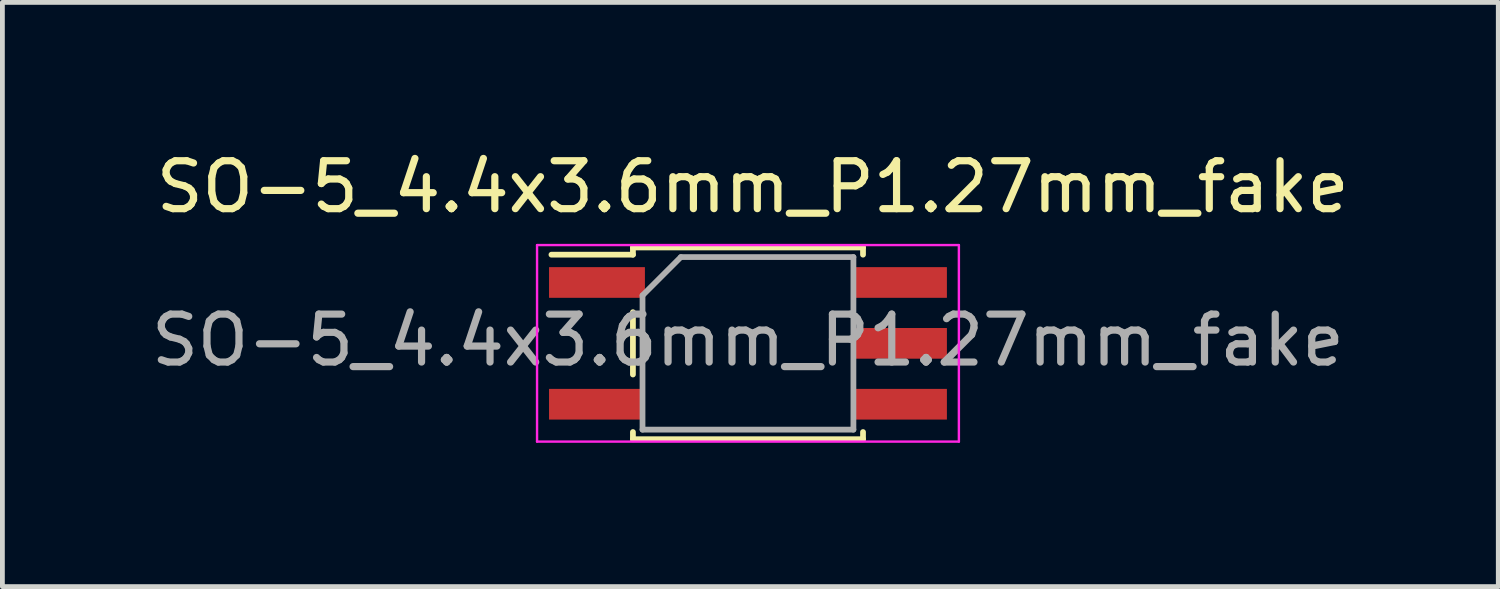
<source format=kicad_pcb>
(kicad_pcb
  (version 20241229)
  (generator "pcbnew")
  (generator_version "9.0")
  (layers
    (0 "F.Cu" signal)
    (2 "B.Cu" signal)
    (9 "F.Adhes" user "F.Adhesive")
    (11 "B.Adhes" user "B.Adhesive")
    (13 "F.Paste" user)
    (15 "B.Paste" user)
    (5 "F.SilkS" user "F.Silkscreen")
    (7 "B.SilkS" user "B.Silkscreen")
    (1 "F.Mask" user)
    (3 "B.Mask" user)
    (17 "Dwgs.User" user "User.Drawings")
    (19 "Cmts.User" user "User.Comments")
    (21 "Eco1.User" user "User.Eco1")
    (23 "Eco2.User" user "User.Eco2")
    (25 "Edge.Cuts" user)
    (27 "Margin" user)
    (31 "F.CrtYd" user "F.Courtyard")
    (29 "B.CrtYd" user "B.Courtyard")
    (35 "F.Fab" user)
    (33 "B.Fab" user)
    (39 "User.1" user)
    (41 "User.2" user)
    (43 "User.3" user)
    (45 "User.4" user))
  (footprint "SO-5_4.4x3.6mm_P1.27mm_fake"
    (layer "F.Cu")
    (at 12.554 4.113)
    (property "Reference" "SO-5_4.4x3.6mm_P1.27mm_fake" (at 0.1 -3.265 0) (layer "F.SilkS") (effects (font (size 1 1) (thickness 0.15))))
    (attr smd)
    (fp_line (start -2.4 -2) (end 2.4 -2) (stroke (width 0.12) (type solid)) (layer "F.SilkS"))
    (fp_line (start -2.4 -1.85) (end -4.1 -1.85) (stroke (width 0.12) (type solid)) (layer "F.SilkS"))
    (fp_line (start -2.4 -1.85) (end -2.4 -2) (stroke (width 0.12) (type solid)) (layer "F.SilkS"))
    (fp_line (start -2.4 0.65) (end -2.4 -0.65) (stroke (width 0.12) (type solid)) (layer "F.SilkS"))
    (fp_line (start -2.4 2) (end -2.4 1.85) (stroke (width 0.12) (type solid)) (layer "F.SilkS"))
    (fp_line (start 2.4 -2) (end 2.4 -1.85) (stroke (width 0.12) (type solid)) (layer "F.SilkS"))
    (fp_line (start 2.4 1.85) (end 2.4 2) (stroke (width 0.12) (type solid)) (layer "F.SilkS"))
    (fp_line (start 2.4 2) (end -2.4 2) (stroke (width 0.12) (type solid)) (layer "F.SilkS"))
    (fp_line (start -4.4 -2.05) (end -4.4 2.05) (stroke (width 0.05) (type solid)) (layer "F.CrtYd"))
    (fp_line (start -4.4 -2.05) (end 4.4 -2.05) (stroke (width 0.05) (type solid)) (layer "F.CrtYd"))
    (fp_line (start 4.4 2.05) (end -4.4 2.05) (stroke (width 0.05) (type solid)) (layer "F.CrtYd"))
    (fp_line (start 4.4 2.05) (end 4.4 -2.05) (stroke (width 0.05) (type solid)) (layer "F.CrtYd"))
    (fp_line (start -2.2 -1) (end -1.4 -1.8) (stroke (width 0.12) (type solid)) (layer "F.Fab"))
    (fp_line (start -2.2 1.8) (end -2.2 -1) (stroke (width 0.12) (type solid)) (layer "F.Fab"))
    (fp_line (start -1.4 -1.8) (end 2.2 -1.8) (stroke (width 0.12) (type solid)) (layer "F.Fab"))
    (fp_line (start 2.2 -1.8) (end 2.2 1.8) (stroke (width 0.12) (type solid)) (layer "F.Fab"))
    (fp_line (start 2.2 1.8) (end -2.2 1.8) (stroke (width 0.12) (type solid)) (layer "F.Fab"))
    (fp_text user "${REFERENCE}" (at 0 -0.065 0) (layer "F.Fab") (effects (font (size 1 1) (thickness 0.15))))
    (pad "1" smd rect (at -3.15 -1.27) (size 2 0.64) (layers "F.Cu" "F.Mask" "F.Paste"))
    (pad "2" smd rect (at -3.15 1.27) (size 2 0.64) (layers "F.Cu" "F.Mask" "F.Paste"))
    (pad "3" smd rect (at 3.15 1.27) (size 2 0.64) (layers "F.Cu" "F.Mask" "F.Paste"))
    (pad "4" smd rect (at 3.15 -1.27) (size 2 0.64) (layers "F.Cu" "F.Mask" "F.Paste"))
    (pad "5" smd rect (at 3.15 0) (size 2 0.64) (layers "F.Cu" "F.Mask" "F.Paste")))
  (gr_rect
    (start -3 -3)
    (end 28.207 9.188)
    (stroke (width 0.1) (type default))
    (fill no)
    (layer "Edge.Cuts")))
</source>
